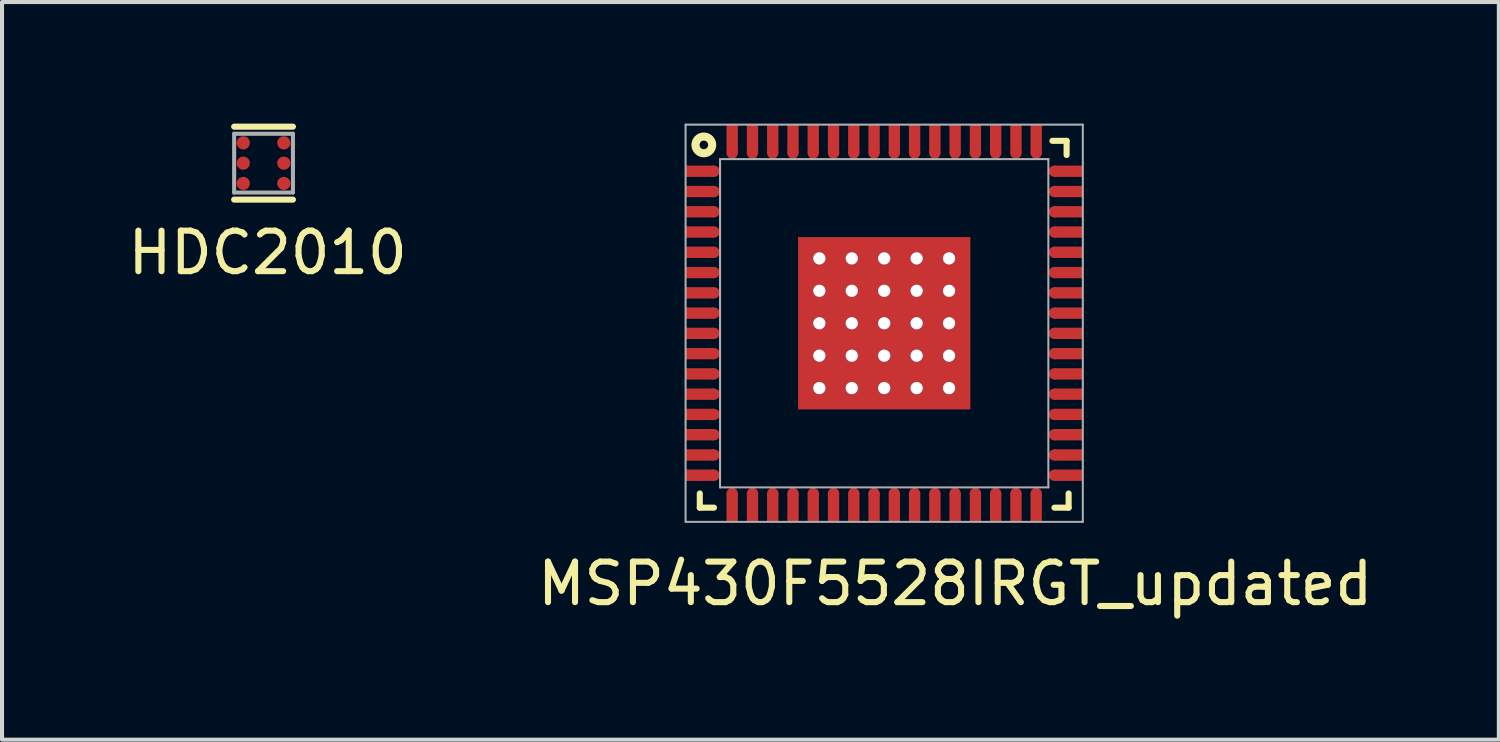
<source format=kicad_pcb>
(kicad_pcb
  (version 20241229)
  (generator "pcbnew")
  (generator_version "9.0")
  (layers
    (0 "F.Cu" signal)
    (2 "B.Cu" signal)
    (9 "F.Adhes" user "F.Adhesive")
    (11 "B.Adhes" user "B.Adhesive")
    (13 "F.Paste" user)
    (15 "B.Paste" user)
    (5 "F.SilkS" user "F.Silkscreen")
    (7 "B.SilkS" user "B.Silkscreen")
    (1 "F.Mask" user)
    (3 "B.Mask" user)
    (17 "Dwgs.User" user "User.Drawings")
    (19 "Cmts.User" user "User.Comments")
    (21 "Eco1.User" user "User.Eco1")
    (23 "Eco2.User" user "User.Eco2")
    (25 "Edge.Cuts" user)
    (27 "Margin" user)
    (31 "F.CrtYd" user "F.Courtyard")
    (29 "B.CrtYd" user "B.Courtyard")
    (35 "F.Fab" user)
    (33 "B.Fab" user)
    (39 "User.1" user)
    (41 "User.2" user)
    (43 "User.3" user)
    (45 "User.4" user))
  (footprint "MSP430F5528IRGT_updated"
    (layer "F.Cu")
    (at 18.765 4.925)
    (property "Reference" "MSP430F5528IRGT_updated" (at 1.753 6.426 0) (layer "F.SilkS") (effects (font (size 1 1) (thickness 0.15))))
    (attr through_hole)
    (fp_line (start -4.55 4.2) (end -4.55 4.55) (stroke (width 0.15) (type solid)) (layer "F.SilkS"))
    (fp_line (start -4.2 4.55) (end -4.55 4.55) (stroke (width 0.15) (type solid)) (layer "F.SilkS"))
    (fp_line (start 4.5 -4.5) (end 4.15 -4.5) (stroke (width 0.15) (type solid)) (layer "F.SilkS"))
    (fp_line (start 4.5 -4.5) (end 4.5 -4.15) (stroke (width 0.15) (type solid)) (layer "F.SilkS"))
    (fp_line (start 4.55 4.2) (end 4.55 4.55) (stroke (width 0.15) (type solid)) (layer "F.SilkS"))
    (fp_line (start 4.55 4.55) (end 4.2 4.55) (stroke (width 0.15) (type solid)) (layer "F.SilkS"))
    (fp_circle (center -4.45 -4.4) (end -4.5 -4.2) (stroke (width 0.2) (type solid)) (fill no) (layer "F.SilkS"))
    (fp_line (start -4.9 -4.9) (end 4.9 -4.9) (stroke (width 0.05) (type solid)) (layer "F.Fab"))
    (fp_line (start -4.9 4.9) (end -4.9 -4.9) (stroke (width 0.05) (type solid)) (layer "F.Fab"))
    (fp_line (start -4.05 -4.05) (end 4.05 -4.05) (stroke (width 0.05) (type solid)) (layer "F.Fab"))
    (fp_line (start -4.05 4.05) (end -4.05 -4.05) (stroke (width 0.05) (type solid)) (layer "F.Fab"))
    (fp_line (start 4.05 -4.05) (end 4.05 4.05) (stroke (width 0.05) (type solid)) (layer "F.Fab"))
    (fp_line (start 4.05 4.05) (end -4.05 4.05) (stroke (width 0.05) (type solid)) (layer "F.Fab"))
    (fp_line (start 4.9 -4.9) (end 4.9 4.9) (stroke (width 0.05) (type solid)) (layer "F.Fab"))
    (fp_line (start 4.9 4.9) (end -4.9 4.9) (stroke (width 0.05) (type solid)) (layer "F.Fab"))
    (pad "" smd rect (at -1.05 -1.05 90) (size 1.8 1.8) (layers "F.Paste"))
    (pad "" smd rect (at -1.05 1.05 90) (size 1.8 1.8) (layers "F.Paste"))
    (pad "" smd rect (at 1.05 -1.05 90) (size 1.8 1.8) (layers "F.Paste"))
    (pad "" smd rect (at 1.05 1.05 90) (size 1.8 1.8) (layers "F.Paste"))
    (pad "1" smd rect (at -4.55 -3.75) (size 0.71 0.28) (layers "F.Cu" "F.Mask" "F.Paste"))
    (pad "1" smd circle (at -4.2 -3.75) (size 0.28 0.28) (layers "F.Cu" "F.Mask" "F.Paste"))
    (pad "2" smd rect (at -4.55 -3.25) (size 0.71 0.28) (layers "F.Cu" "F.Mask" "F.Paste"))
    (pad "2" smd circle (at -4.2 -3.25) (size 0.28 0.28) (layers "F.Cu" "F.Mask" "F.Paste"))
    (pad "3" smd rect (at -4.55 -2.75) (size 0.71 0.28) (layers "F.Cu" "F.Mask" "F.Paste"))
    (pad "3" smd circle (at -4.2 -2.75) (size 0.28 0.28) (layers "F.Cu" "F.Mask" "F.Paste"))
    (pad "4" smd rect (at -4.55 -2.25) (size 0.71 0.28) (layers "F.Cu" "F.Mask" "F.Paste"))
    (pad "4" smd circle (at -4.2 -2.25) (size 0.28 0.28) (layers "F.Cu" "F.Mask" "F.Paste"))
    (pad "5" smd rect (at -4.55 -1.75) (size 0.71 0.28) (layers "F.Cu" "F.Mask" "F.Paste"))
    (pad "5" smd circle (at -4.2 -1.75) (size 0.28 0.28) (layers "F.Cu" "F.Mask" "F.Paste"))
    (pad "6" smd rect (at -4.55 -1.25) (size 0.71 0.28) (layers "F.Cu" "F.Mask" "F.Paste"))
    (pad "6" smd circle (at -4.2 -1.25) (size 0.28 0.28) (layers "F.Cu" "F.Mask" "F.Paste"))
    (pad "7" smd rect (at -4.55 -0.75) (size 0.71 0.28) (layers "F.Cu" "F.Mask" "F.Paste"))
    (pad "7" smd circle (at -4.2 -0.75) (size 0.28 0.28) (layers "F.Cu" "F.Mask" "F.Paste"))
    (pad "8" smd rect (at -4.55 -0.25) (size 0.71 0.28) (layers "F.Cu" "F.Mask" "F.Paste"))
    (pad "8" smd circle (at -4.2 -0.25) (size 0.28 0.28) (layers "F.Cu" "F.Mask" "F.Paste"))
    (pad "9" smd rect (at -4.55 0.25) (size 0.71 0.28) (layers "F.Cu" "F.Mask" "F.Paste"))
    (pad "9" smd circle (at -4.2 0.25) (size 0.28 0.28) (layers "F.Cu" "F.Mask" "F.Paste"))
    (pad "10" smd rect (at -4.55 0.75) (size 0.71 0.28) (layers "F.Cu" "F.Mask" "F.Paste"))
    (pad "10" smd circle (at -4.2 0.75) (size 0.28 0.28) (layers "F.Cu" "F.Mask" "F.Paste"))
    (pad "11" smd rect (at -4.55 1.25) (size 0.71 0.28) (layers "F.Cu" "F.Mask" "F.Paste"))
    (pad "11" smd circle (at -4.2 1.25) (size 0.28 0.28) (layers "F.Cu" "F.Mask" "F.Paste"))
    (pad "12" smd rect (at -4.55 1.75) (size 0.71 0.28) (layers "F.Cu" "F.Mask" "F.Paste"))
    (pad "12" smd circle (at -4.2 1.75) (size 0.28 0.28) (layers "F.Cu" "F.Mask" "F.Paste"))
    (pad "13" smd rect (at -4.55 2.25) (size 0.71 0.28) (layers "F.Cu" "F.Mask" "F.Paste"))
    (pad "13" smd circle (at -4.2 2.25) (size 0.28 0.28) (layers "F.Cu" "F.Mask" "F.Paste"))
    (pad "14" smd rect (at -4.55 2.75) (size 0.71 0.28) (layers "F.Cu" "F.Mask" "F.Paste"))
    (pad "14" smd circle (at -4.2 2.75) (size 0.28 0.28) (layers "F.Cu" "F.Mask" "F.Paste"))
    (pad "15" smd rect (at -4.55 3.25) (size 0.71 0.28) (layers "F.Cu" "F.Mask" "F.Paste"))
    (pad "15" smd circle (at -4.2 3.25) (size 0.28 0.28) (layers "F.Cu" "F.Mask" "F.Paste"))
    (pad "16" smd rect (at -4.55 3.75) (size 0.71 0.28) (layers "F.Cu" "F.Mask" "F.Paste"))
    (pad "16" smd circle (at -4.2 3.75) (size 0.28 0.28) (layers "F.Cu" "F.Mask" "F.Paste"))
    (pad "17" smd circle (at -3.75 4.2) (size 0.28 0.28) (layers "F.Cu" "F.Mask" "F.Paste"))
    (pad "17" smd rect (at -3.75 4.55) (size 0.28 0.71) (layers "F.Cu" "F.Mask" "F.Paste"))
    (pad "18" smd circle (at -3.25 4.2) (size 0.28 0.28) (layers "F.Cu" "F.Mask" "F.Paste"))
    (pad "18" smd rect (at -3.25 4.55) (size 0.28 0.71) (layers "F.Cu" "F.Mask" "F.Paste"))
    (pad "19" smd circle (at -2.75 4.2) (size 0.28 0.28) (layers "F.Cu" "F.Mask" "F.Paste"))
    (pad "19" smd rect (at -2.75 4.55) (size 0.28 0.71) (layers "F.Cu" "F.Mask" "F.Paste"))
    (pad "20" smd circle (at -2.25 4.2) (size 0.28 0.28) (layers "F.Cu" "F.Mask" "F.Paste"))
    (pad "20" smd rect (at -2.25 4.55) (size 0.28 0.71) (layers "F.Cu" "F.Mask" "F.Paste"))
    (pad "21" smd circle (at -1.75 4.2) (size 0.28 0.28) (layers "F.Cu" "F.Mask" "F.Paste"))
    (pad "21" smd rect (at -1.75 4.55) (size 0.28 0.71) (layers "F.Cu" "F.Mask" "F.Paste"))
    (pad "22" smd circle (at -1.25 4.2) (size 0.28 0.28) (layers "F.Cu" "F.Mask" "F.Paste"))
    (pad "22" smd rect (at -1.25 4.55) (size 0.28 0.71) (layers "F.Cu" "F.Mask" "F.Paste"))
    (pad "23" smd circle (at -0.75 4.2) (size 0.28 0.28) (layers "F.Cu" "F.Mask" "F.Paste"))
    (pad "23" smd rect (at -0.75 4.55) (size 0.28 0.71) (layers "F.Cu" "F.Mask" "F.Paste"))
    (pad "24" smd circle (at -0.25 4.2) (size 0.28 0.28) (layers "F.Cu" "F.Mask" "F.Paste"))
    (pad "24" smd rect (at -0.25 4.55) (size 0.28 0.71) (layers "F.Cu" "F.Mask" "F.Paste"))
    (pad "25" smd circle (at 0.25 4.2) (size 0.28 0.28) (layers "F.Cu" "F.Mask" "F.Paste"))
    (pad "25" smd rect (at 0.25 4.55) (size 0.28 0.71) (layers "F.Cu" "F.Mask" "F.Paste"))
    (pad "26" smd circle (at 0.75 4.2) (size 0.28 0.28) (layers "F.Cu" "F.Mask" "F.Paste"))
    (pad "26" smd rect (at 0.75 4.55) (size 0.28 0.71) (layers "F.Cu" "F.Mask" "F.Paste"))
    (pad "27" smd circle (at 1.25 4.2) (size 0.28 0.28) (layers "F.Cu" "F.Mask" "F.Paste"))
    (pad "27" smd rect (at 1.25 4.55) (size 0.28 0.71) (layers "F.Cu" "F.Mask" "F.Paste"))
    (pad "28" smd circle (at 1.75 4.2) (size 0.28 0.28) (layers "F.Cu" "F.Mask" "F.Paste"))
    (pad "28" smd rect (at 1.75 4.55) (size 0.28 0.71) (layers "F.Cu" "F.Mask" "F.Paste"))
    (pad "29" smd circle (at 2.25 4.2) (size 0.28 0.28) (layers "F.Cu" "F.Mask" "F.Paste"))
    (pad "29" smd rect (at 2.25 4.55) (size 0.28 0.71) (layers "F.Cu" "F.Mask" "F.Paste"))
    (pad "30" smd circle (at 2.75 4.2) (size 0.28 0.28) (layers "F.Cu" "F.Mask" "F.Paste"))
    (pad "30" smd rect (at 2.75 4.55) (size 0.28 0.71) (layers "F.Cu" "F.Mask" "F.Paste"))
    (pad "31" smd circle (at 3.25 4.2) (size 0.28 0.28) (layers "F.Cu" "F.Mask" "F.Paste"))
    (pad "31" smd rect (at 3.25 4.55) (size 0.28 0.71) (layers "F.Cu" "F.Mask" "F.Paste"))
    (pad "32" smd circle (at 3.75 4.2) (size 0.28 0.28) (layers "F.Cu" "F.Mask" "F.Paste"))
    (pad "32" smd rect (at 3.75 4.55) (size 0.28 0.71) (layers "F.Cu" "F.Mask" "F.Paste"))
    (pad "33" smd circle (at 4.2 3.75) (size 0.28 0.28) (layers "F.Cu" "F.Mask" "F.Paste"))
    (pad "33" smd rect (at 4.55 3.75) (size 0.71 0.28) (layers "F.Cu" "F.Mask" "F.Paste"))
    (pad "34" smd circle (at 4.2 3.25) (size 0.28 0.28) (layers "F.Cu" "F.Mask" "F.Paste"))
    (pad "34" smd rect (at 4.55 3.25) (size 0.71 0.28) (layers "F.Cu" "F.Mask" "F.Paste"))
    (pad "35" smd circle (at 4.2 2.75) (size 0.28 0.28) (layers "F.Cu" "F.Mask" "F.Paste"))
    (pad "35" smd rect (at 4.55 2.75) (size 0.71 0.28) (layers "F.Cu" "F.Mask" "F.Paste"))
    (pad "36" smd circle (at 4.2 2.25) (size 0.28 0.28) (layers "F.Cu" "F.Mask" "F.Paste"))
    (pad "36" smd rect (at 4.55 2.25) (size 0.71 0.28) (layers "F.Cu" "F.Mask" "F.Paste"))
    (pad "37" smd circle (at 4.2 1.75) (size 0.28 0.28) (layers "F.Cu" "F.Mask" "F.Paste"))
    (pad "37" smd rect (at 4.55 1.75) (size 0.71 0.28) (layers "F.Cu" "F.Mask" "F.Paste"))
    (pad "38" smd circle (at 4.2 1.25) (size 0.28 0.28) (layers "F.Cu" "F.Mask" "F.Paste"))
    (pad "38" smd rect (at 4.55 1.25) (size 0.71 0.28) (layers "F.Cu" "F.Mask" "F.Paste"))
    (pad "39" smd circle (at 4.2 0.75) (size 0.28 0.28) (layers "F.Cu" "F.Mask" "F.Paste"))
    (pad "39" smd rect (at 4.55 0.75) (size 0.71 0.28) (layers "F.Cu" "F.Mask" "F.Paste"))
    (pad "40" smd circle (at 4.2 0.25) (size 0.28 0.28) (layers "F.Cu" "F.Mask" "F.Paste"))
    (pad "40" smd rect (at 4.55 0.25) (size 0.71 0.28) (layers "F.Cu" "F.Mask" "F.Paste"))
    (pad "41" smd circle (at 4.2 -0.25) (size 0.28 0.28) (layers "F.Cu" "F.Mask" "F.Paste"))
    (pad "41" smd rect (at 4.55 -0.25) (size 0.71 0.28) (layers "F.Cu" "F.Mask" "F.Paste"))
    (pad "42" smd circle (at 4.2 -0.75) (size 0.28 0.28) (layers "F.Cu" "F.Mask" "F.Paste"))
    (pad "42" smd rect (at 4.55 -0.75) (size 0.71 0.28) (layers "F.Cu" "F.Mask" "F.Paste"))
    (pad "43" smd circle (at 4.2 -1.25) (size 0.28 0.28) (layers "F.Cu" "F.Mask" "F.Paste"))
    (pad "43" smd rect (at 4.55 -1.25) (size 0.71 0.28) (layers "F.Cu" "F.Mask" "F.Paste"))
    (pad "44" smd circle (at 4.2 -1.75) (size 0.28 0.28) (layers "F.Cu" "F.Mask" "F.Paste"))
    (pad "44" smd rect (at 4.55 -1.75) (size 0.71 0.28) (layers "F.Cu" "F.Mask" "F.Paste"))
    (pad "45" smd circle (at 4.2 -2.25) (size 0.28 0.28) (layers "F.Cu" "F.Mask" "F.Paste"))
    (pad "45" smd rect (at 4.55 -2.25) (size 0.71 0.28) (layers "F.Cu" "F.Mask" "F.Paste"))
    (pad "46" smd circle (at 4.2 -2.75) (size 0.28 0.28) (layers "F.Cu" "F.Mask" "F.Paste"))
    (pad "46" smd rect (at 4.55 -2.75) (size 0.71 0.28) (layers "F.Cu" "F.Mask" "F.Paste"))
    (pad "47" smd circle (at 4.2 -3.25) (size 0.28 0.28) (layers "F.Cu" "F.Mask" "F.Paste"))
    (pad "47" smd rect (at 4.55 -3.25) (size 0.71 0.28) (layers "F.Cu" "F.Mask" "F.Paste"))
    (pad "48" smd circle (at 4.2 -3.75) (size 0.28 0.28) (layers "F.Cu" "F.Mask" "F.Paste"))
    (pad "48" smd rect (at 4.55 -3.75) (size 0.71 0.28) (layers "F.Cu" "F.Mask" "F.Paste"))
    (pad "49" smd rect (at 3.75 -4.55) (size 0.28 0.71) (layers "F.Cu" "F.Mask" "F.Paste"))
    (pad "49" smd circle (at 3.75 -4.2) (size 0.28 0.28) (layers "F.Cu" "F.Mask" "F.Paste"))
    (pad "50" smd rect (at 3.25 -4.55) (size 0.28 0.71) (layers "F.Cu" "F.Mask" "F.Paste"))
    (pad "50" smd circle (at 3.25 -4.2) (size 0.28 0.28) (layers "F.Cu" "F.Mask" "F.Paste"))
    (pad "51" smd rect (at 2.75 -4.55) (size 0.28 0.71) (layers "F.Cu" "F.Mask" "F.Paste"))
    (pad "51" smd circle (at 2.75 -4.2) (size 0.28 0.28) (layers "F.Cu" "F.Mask" "F.Paste"))
    (pad "52" smd rect (at 2.25 -4.55) (size 0.28 0.71) (layers "F.Cu" "F.Mask" "F.Paste"))
    (pad "52" smd circle (at 2.25 -4.2) (size 0.28 0.28) (layers "F.Cu" "F.Mask" "F.Paste"))
    (pad "53" smd rect (at 1.75 -4.55) (size 0.28 0.71) (layers "F.Cu" "F.Mask" "F.Paste"))
    (pad "53" smd circle (at 1.75 -4.2) (size 0.28 0.28) (layers "F.Cu" "F.Mask" "F.Paste"))
    (pad "54" smd rect (at 1.25 -4.55) (size 0.28 0.71) (layers "F.Cu" "F.Mask" "F.Paste"))
    (pad "54" smd circle (at 1.25 -4.2) (size 0.28 0.28) (layers "F.Cu" "F.Mask" "F.Paste"))
    (pad "55" smd rect (at 0.75 -4.55) (size 0.28 0.71) (layers "F.Cu" "F.Mask" "F.Paste"))
    (pad "55" smd circle (at 0.75 -4.2) (size 0.28 0.28) (layers "F.Cu" "F.Mask" "F.Paste"))
    (pad "56" smd rect (at 0.25 -4.55) (size 0.28 0.71) (layers "F.Cu" "F.Mask" "F.Paste"))
    (pad "56" smd circle (at 0.25 -4.2) (size 0.28 0.28) (layers "F.Cu" "F.Mask" "F.Paste"))
    (pad "57" smd rect (at -0.25 -4.55) (size 0.28 0.71) (layers "F.Cu" "F.Mask" "F.Paste"))
    (pad "57" smd circle (at -0.25 -4.2) (size 0.28 0.28) (layers "F.Cu" "F.Mask" "F.Paste"))
    (pad "58" smd rect (at -0.75 -4.55) (size 0.28 0.71) (layers "F.Cu" "F.Mask" "F.Paste"))
    (pad "58" smd circle (at -0.75 -4.2) (size 0.28 0.28) (layers "F.Cu" "F.Mask" "F.Paste"))
    (pad "59" smd rect (at -1.25 -4.55) (size 0.28 0.71) (layers "F.Cu" "F.Mask" "F.Paste"))
    (pad "59" smd circle (at -1.25 -4.2) (size 0.28 0.28) (layers "F.Cu" "F.Mask" "F.Paste"))
    (pad "60" smd rect (at -1.75 -4.55) (size 0.28 0.71) (layers "F.Cu" "F.Mask" "F.Paste"))
    (pad "60" smd circle (at -1.75 -4.2) (size 0.28 0.28) (layers "F.Cu" "F.Mask" "F.Paste"))
    (pad "61" smd rect (at -2.25 -4.55) (size 0.28 0.71) (layers "F.Cu" "F.Mask" "F.Paste"))
    (pad "61" smd circle (at -2.25 -4.2) (size 0.28 0.28) (layers "F.Cu" "F.Mask" "F.Paste"))
    (pad "62" smd rect (at -2.75 -4.55) (size 0.28 0.71) (layers "F.Cu" "F.Mask" "F.Paste"))
    (pad "62" smd circle (at -2.75 -4.2) (size 0.28 0.28) (layers "F.Cu" "F.Mask" "F.Paste"))
    (pad "63" smd rect (at -3.25 -4.55) (size 0.28 0.71) (layers "F.Cu" "F.Mask" "F.Paste"))
    (pad "63" smd circle (at -3.25 -4.2) (size 0.28 0.28) (layers "F.Cu" "F.Mask" "F.Paste"))
    (pad "64" smd rect (at -3.75 -4.55) (size 0.28 0.71) (layers "F.Cu" "F.Mask" "F.Paste"))
    (pad "64" smd circle (at -3.75 -4.2) (size 0.28 0.28) (layers "F.Cu" "F.Mask" "F.Paste"))
    (pad "65" thru_hole circle (at -1.6 -1.6) (size 0.3 0.3) (drill 0.3) (layers "*.Cu" "*.Mask"))
    (pad "65" thru_hole circle (at -1.6 -0.8) (size 0.3 0.3) (drill 0.3) (layers "*.Cu" "*.Mask"))
    (pad "65" thru_hole circle (at -1.6 0) (size 0.3 0.3) (drill 0.3) (layers "*.Cu" "*.Mask"))
    (pad "65" thru_hole circle (at -1.6 0.8) (size 0.3 0.3) (drill 0.3) (layers "*.Cu" "*.Mask"))
    (pad "65" thru_hole circle (at -1.6 1.6) (size 0.3 0.3) (drill 0.3) (layers "*.Cu" "*.Mask"))
    (pad "65" thru_hole circle (at -0.8 -1.6) (size 0.3 0.3) (drill 0.3) (layers "*.Cu" "*.Mask"))
    (pad "65" thru_hole circle (at -0.8 -0.8) (size 0.3 0.3) (drill 0.3) (layers "*.Cu" "*.Mask"))
    (pad "65" thru_hole circle (at -0.8 0) (size 0.3 0.3) (drill 0.3) (layers "*.Cu" "*.Mask"))
    (pad "65" thru_hole circle (at -0.8 0.8) (size 0.3 0.3) (drill 0.3) (layers "*.Cu" "*.Mask"))
    (pad "65" thru_hole circle (at -0.8 1.6) (size 0.3 0.3) (drill 0.3) (layers "*.Cu" "*.Mask"))
    (pad "65" thru_hole circle (at 0 -1.6) (size 0.3 0.3) (drill 0.3) (layers "*.Cu" "*.Mask"))
    (pad "65" thru_hole circle (at 0 -0.8) (size 0.3 0.3) (drill 0.3) (layers "*.Cu" "*.Mask"))
    (pad "65" thru_hole circle (at 0 0) (size 0.3 0.3) (drill 0.3) (layers "*.Cu" "*.Mask"))
    (pad "65" smd rect (at 0 0 90) (size 4.25 4.25) (layers "F.Cu" "F.Mask"))
    (pad "65" thru_hole circle (at 0 0.8) (size 0.3 0.3) (drill 0.3) (layers "*.Cu" "*.Mask"))
    (pad "65" thru_hole circle (at 0 1.6) (size 0.3 0.3) (drill 0.3) (layers "*.Cu" "*.Mask"))
    (pad "65" thru_hole circle (at 0.8 -1.6) (size 0.3 0.3) (drill 0.3) (layers "*.Cu" "*.Mask"))
    (pad "65" thru_hole circle (at 0.8 -0.8) (size 0.3 0.3) (drill 0.3) (layers "*.Cu" "*.Mask"))
    (pad "65" thru_hole circle (at 0.8 0) (size 0.3 0.3) (drill 0.3) (layers "*.Cu" "*.Mask"))
    (pad "65" thru_hole circle (at 0.8 0.8) (size 0.3 0.3) (drill 0.3) (layers "*.Cu" "*.Mask"))
    (pad "65" thru_hole circle (at 0.8 1.6) (size 0.3 0.3) (drill 0.3) (layers "*.Cu" "*.Mask"))
    (pad "65" thru_hole circle (at 1.6 -1.6) (size 0.3 0.3) (drill 0.3) (layers "*.Cu" "*.Mask"))
    (pad "65" thru_hole circle (at 1.6 -0.8) (size 0.3 0.3) (drill 0.3) (layers "*.Cu" "*.Mask"))
    (pad "65" thru_hole circle (at 1.6 0) (size 0.3 0.3) (drill 0.3) (layers "*.Cu" "*.Mask"))
    (pad "65" thru_hole circle (at 1.6 0.8) (size 0.3 0.3) (drill 0.3) (layers "*.Cu" "*.Mask"))
    (pad "65" thru_hole circle (at 1.6 1.6) (size 0.3 0.3) (drill 0.3) (layers "*.Cu" "*.Mask")))
  (footprint "HDC2010"
    (layer "F.Cu")
    (at 3.452 0.975)
    (property "Reference" "HDC2010" (at 0.102 2.21 0) (layer "F.SilkS") (effects (font (size 1 1) (thickness 0.15))))
    (attr through_hole)
    (fp_line (start -0.725 -0.9) (end 0.725 -0.9) (stroke (width 0.15) (type solid)) (layer "F.SilkS"))
    (fp_line (start -0.725 0.9) (end 0.725 0.9) (stroke (width 0.15) (type solid)) (layer "F.SilkS"))
    (fp_line (start -0.725 -0.725) (end 0.725 -0.725) (stroke (width 0.1) (type solid)) (layer "F.Fab"))
    (fp_line (start -0.725 0.725) (end -0.725 -0.725) (stroke (width 0.1) (type solid)) (layer "F.Fab"))
    (fp_line (start 0.725 -0.725) (end 0.725 0.725) (stroke (width 0.1) (type solid)) (layer "F.Fab"))
    (fp_line (start 0.725 0.725) (end -0.725 0.725) (stroke (width 0.1) (type solid)) (layer "F.Fab"))
    (pad "A1" smd circle (at -0.5 -0.5) (size 0.325 0.325) (layers "F.Cu" "F.Mask" "F.Paste"))
    (pad "A2" smd circle (at 0.5 -0.5) (size 0.325 0.325) (layers "F.Cu" "F.Mask" "F.Paste"))
    (pad "B1" smd circle (at -0.5 0) (size 0.325 0.325) (layers "F.Cu" "F.Mask" "F.Paste"))
    (pad "B2" smd circle (at 0.5 0) (size 0.325 0.325) (layers "F.Cu" "F.Mask" "F.Paste"))
    (pad "C1" smd circle (at -0.5 0.5) (size 0.325 0.325) (layers "F.Cu" "F.Mask" "F.Paste"))
    (pad "C2" smd circle (at 0.5 0.5) (size 0.325 0.325) (layers "F.Cu" "F.Mask" "F.Paste")))
  (gr_rect
    (start -3 -3)
    (end 33.929 15.199)
    (stroke (width 0.1) (type default))
    (fill no)
    (layer "Edge.Cuts")))
</source>
